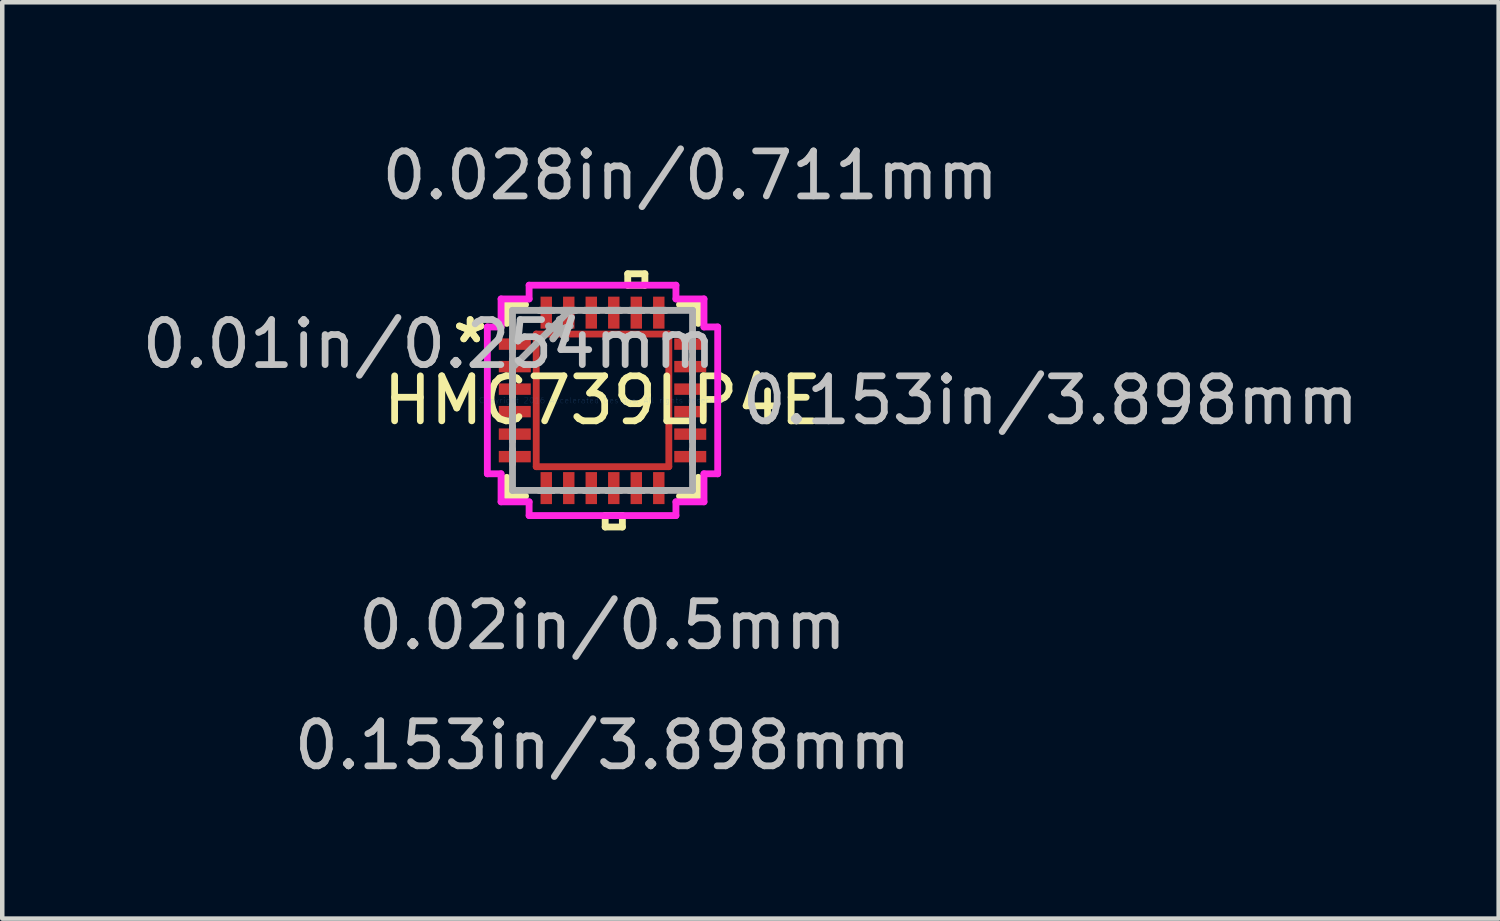
<source format=kicad_pcb>
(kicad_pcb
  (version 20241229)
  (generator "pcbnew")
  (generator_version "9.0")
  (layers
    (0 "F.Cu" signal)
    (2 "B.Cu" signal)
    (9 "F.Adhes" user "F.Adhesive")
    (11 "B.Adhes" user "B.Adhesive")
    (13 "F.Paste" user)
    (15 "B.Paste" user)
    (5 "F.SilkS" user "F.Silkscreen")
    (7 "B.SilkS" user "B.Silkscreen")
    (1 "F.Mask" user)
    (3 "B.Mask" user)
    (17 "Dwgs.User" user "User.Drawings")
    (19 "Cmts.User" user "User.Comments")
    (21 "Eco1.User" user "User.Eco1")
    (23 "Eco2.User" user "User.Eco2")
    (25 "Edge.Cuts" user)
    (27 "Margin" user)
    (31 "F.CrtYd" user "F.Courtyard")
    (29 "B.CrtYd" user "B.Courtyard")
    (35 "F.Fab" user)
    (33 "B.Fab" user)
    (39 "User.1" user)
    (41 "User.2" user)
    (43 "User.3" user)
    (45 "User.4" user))
  (footprint "HMC739LP4E"
    (layer "F.Cu")
    (at 10.336 5.845)
    (property "Reference" "HMC739LP4E" (at 0 0 0) (layer "F.SilkS") (effects (font (size 1 1) (thickness 0.15))))
    (attr through_hole)
    (fp_line (start -1.473 -1.473) (end 1.473 -1.473) (stroke (width 0.152) (type solid)) (layer "F.Cu"))
    (fp_line (start -1.473 1.473) (end -1.473 -1.473) (stroke (width 0.152) (type solid)) (layer "F.Cu"))
    (fp_line (start 1.473 -1.473) (end 1.473 1.473) (stroke (width 0.152) (type solid)) (layer "F.Cu"))
    (fp_line (start 1.473 1.473) (end -1.473 1.473) (stroke (width 0.152) (type solid)) (layer "F.Cu"))
    (fp_line (start -1.473 -1.473) (end 1.473 -1.473) (stroke (width 0.152) (type solid)) (layer "F.Mask"))
    (fp_line (start -1.473 1.473) (end -1.473 -1.473) (stroke (width 0.152) (type solid)) (layer "F.Mask"))
    (fp_line (start 1.473 -1.473) (end 1.473 1.473) (stroke (width 0.152) (type solid)) (layer "F.Mask"))
    (fp_line (start 1.473 1.473) (end -1.473 1.473) (stroke (width 0.152) (type solid)) (layer "F.Mask"))
    (fp_line (start -2.127 -2.127) (end -2.127 -1.71) (stroke (width 0.152) (type solid)) (layer "F.SilkS"))
    (fp_line (start -2.127 1.71) (end -2.127 2.127) (stroke (width 0.152) (type solid)) (layer "F.SilkS"))
    (fp_line (start -2.127 2.127) (end -1.71 2.127) (stroke (width 0.152) (type solid)) (layer "F.SilkS"))
    (fp_line (start -1.71 -2.127) (end -2.127 -2.127) (stroke (width 0.152) (type solid)) (layer "F.SilkS"))
    (fp_line (start 0.059 2.559) (end 0.059 2.813) (stroke (width 0.152) (type solid)) (layer "F.SilkS"))
    (fp_line (start 0.059 2.813) (end 0.441 2.813) (stroke (width 0.152) (type solid)) (layer "F.SilkS"))
    (fp_line (start 0.441 2.559) (end 0.059 2.559) (stroke (width 0.152) (type solid)) (layer "F.SilkS"))
    (fp_line (start 0.441 2.813) (end 0.441 2.559) (stroke (width 0.152) (type solid)) (layer "F.SilkS"))
    (fp_line (start 0.56 -2.813) (end 0.941 -2.813) (stroke (width 0.152) (type solid)) (layer "F.SilkS"))
    (fp_line (start 0.56 -2.559) (end 0.56 -2.813) (stroke (width 0.152) (type solid)) (layer "F.SilkS"))
    (fp_line (start 0.941 -2.813) (end 0.941 -2.559) (stroke (width 0.152) (type solid)) (layer "F.SilkS"))
    (fp_line (start 0.941 -2.559) (end 0.56 -2.559) (stroke (width 0.152) (type solid)) (layer "F.SilkS"))
    (fp_line (start 1.71 2.127) (end 2.127 2.127) (stroke (width 0.152) (type solid)) (layer "F.SilkS"))
    (fp_line (start 2.127 -2.127) (end 1.71 -2.127) (stroke (width 0.152) (type solid)) (layer "F.SilkS"))
    (fp_line (start 2.127 -1.71) (end 2.127 -2.127) (stroke (width 0.152) (type solid)) (layer "F.SilkS"))
    (fp_line (start 2.127 2.127) (end 2.127 1.71) (stroke (width 0.152) (type solid)) (layer "F.SilkS"))
    (fp_line (start -1.473 -1.473) (end 1.473 -1.473) (stroke (width 0.152) (type solid)) (layer "F.Paste"))
    (fp_line (start -1.473 1.473) (end -1.473 -1.473) (stroke (width 0.152) (type solid)) (layer "F.Paste"))
    (fp_line (start 1.473 -1.473) (end 1.473 1.473) (stroke (width 0.152) (type solid)) (layer "F.Paste"))
    (fp_line (start 1.473 1.473) (end -1.473 1.473) (stroke (width 0.152) (type solid)) (layer "F.Paste"))
    (fp_line (start -2.559 -1.631) (end -2.254 -1.631) (stroke (width 0.152) (type solid)) (layer "F.CrtYd"))
    (fp_line (start -2.559 1.631) (end -2.559 -1.631) (stroke (width 0.152) (type solid)) (layer "F.CrtYd"))
    (fp_line (start -2.254 -2.254) (end -1.631 -2.254) (stroke (width 0.152) (type solid)) (layer "F.CrtYd"))
    (fp_line (start -2.254 -1.631) (end -2.254 -2.254) (stroke (width 0.152) (type solid)) (layer "F.CrtYd"))
    (fp_line (start -2.254 1.631) (end -2.559 1.631) (stroke (width 0.152) (type solid)) (layer "F.CrtYd"))
    (fp_line (start -2.254 2.254) (end -2.254 1.631) (stroke (width 0.152) (type solid)) (layer "F.CrtYd"))
    (fp_line (start -1.631 -2.559) (end 1.631 -2.559) (stroke (width 0.152) (type solid)) (layer "F.CrtYd"))
    (fp_line (start -1.631 -2.254) (end -1.631 -2.559) (stroke (width 0.152) (type solid)) (layer "F.CrtYd"))
    (fp_line (start -1.631 2.254) (end -2.254 2.254) (stroke (width 0.152) (type solid)) (layer "F.CrtYd"))
    (fp_line (start -1.631 2.559) (end -1.631 2.254) (stroke (width 0.152) (type solid)) (layer "F.CrtYd"))
    (fp_line (start 1.631 -2.559) (end 1.631 -2.254) (stroke (width 0.152) (type solid)) (layer "F.CrtYd"))
    (fp_line (start 1.631 -2.254) (end 2.254 -2.254) (stroke (width 0.152) (type solid)) (layer "F.CrtYd"))
    (fp_line (start 1.631 2.254) (end 1.631 2.559) (stroke (width 0.152) (type solid)) (layer "F.CrtYd"))
    (fp_line (start 1.631 2.559) (end -1.631 2.559) (stroke (width 0.152) (type solid)) (layer "F.CrtYd"))
    (fp_line (start 2.254 -2.254) (end 2.254 -1.631) (stroke (width 0.152) (type solid)) (layer "F.CrtYd"))
    (fp_line (start 2.254 -1.631) (end 2.559 -1.631) (stroke (width 0.152) (type solid)) (layer "F.CrtYd"))
    (fp_line (start 2.254 1.631) (end 2.254 2.254) (stroke (width 0.152) (type solid)) (layer "F.CrtYd"))
    (fp_line (start 2.254 2.254) (end 1.631 2.254) (stroke (width 0.152) (type solid)) (layer "F.CrtYd"))
    (fp_line (start 2.559 -1.631) (end 2.559 1.631) (stroke (width 0.152) (type solid)) (layer "F.CrtYd"))
    (fp_line (start 2.559 1.631) (end 2.254 1.631) (stroke (width 0.152) (type solid)) (layer "F.CrtYd"))
    (fp_line (start -2 -2) (end -2 2) (stroke (width 0.152) (type solid)) (layer "F.Fab"))
    (fp_line (start -2 -1.402) (end -2 -1.402) (stroke (width 0.152) (type solid)) (layer "F.Fab"))
    (fp_line (start -2 -1.402) (end -2 -1.098) (stroke (width 0.152) (type solid)) (layer "F.Fab"))
    (fp_line (start -2 -1.098) (end -2 -1.402) (stroke (width 0.152) (type solid)) (layer "F.Fab"))
    (fp_line (start -2 -1.098) (end -2 -1.098) (stroke (width 0.152) (type solid)) (layer "F.Fab"))
    (fp_line (start -2 -0.902) (end -2 -0.902) (stroke (width 0.152) (type solid)) (layer "F.Fab"))
    (fp_line (start -2 -0.902) (end -2 -0.598) (stroke (width 0.152) (type solid)) (layer "F.Fab"))
    (fp_line (start -2 -0.73) (end -0.73 -2) (stroke (width 0.152) (type solid)) (layer "F.Fab"))
    (fp_line (start -2 -0.598) (end -2 -0.902) (stroke (width 0.152) (type solid)) (layer "F.Fab"))
    (fp_line (start -2 -0.598) (end -2 -0.598) (stroke (width 0.152) (type solid)) (layer "F.Fab"))
    (fp_line (start -2 -0.402) (end -2 -0.402) (stroke (width 0.152) (type solid)) (layer "F.Fab"))
    (fp_line (start -2 -0.402) (end -2 -0.098) (stroke (width 0.152) (type solid)) (layer "F.Fab"))
    (fp_line (start -2 -0.098) (end -2 -0.402) (stroke (width 0.152) (type solid)) (layer "F.Fab"))
    (fp_line (start -2 -0.098) (end -2 -0.098) (stroke (width 0.152) (type solid)) (layer "F.Fab"))
    (fp_line (start -2 0.098) (end -2 0.098) (stroke (width 0.152) (type solid)) (layer "F.Fab"))
    (fp_line (start -2 0.098) (end -2 0.402) (stroke (width 0.152) (type solid)) (layer "F.Fab"))
    (fp_line (start -2 0.402) (end -2 0.098) (stroke (width 0.152) (type solid)) (layer "F.Fab"))
    (fp_line (start -2 0.402) (end -2 0.402) (stroke (width 0.152) (type solid)) (layer "F.Fab"))
    (fp_line (start -2 0.598) (end -2 0.598) (stroke (width 0.152) (type solid)) (layer "F.Fab"))
    (fp_line (start -2 0.598) (end -2 0.902) (stroke (width 0.152) (type solid)) (layer "F.Fab"))
    (fp_line (start -2 0.902) (end -2 0.598) (stroke (width 0.152) (type solid)) (layer "F.Fab"))
    (fp_line (start -2 0.902) (end -2 0.902) (stroke (width 0.152) (type solid)) (layer "F.Fab"))
    (fp_line (start -2 1.098) (end -2 1.098) (stroke (width 0.152) (type solid)) (layer "F.Fab"))
    (fp_line (start -2 1.098) (end -2 1.402) (stroke (width 0.152) (type solid)) (layer "F.Fab"))
    (fp_line (start -2 1.402) (end -2 1.098) (stroke (width 0.152) (type solid)) (layer "F.Fab"))
    (fp_line (start -2 1.402) (end -2 1.402) (stroke (width 0.152) (type solid)) (layer "F.Fab"))
    (fp_line (start -2 2) (end 2 2) (stroke (width 0.152) (type solid)) (layer "F.Fab"))
    (fp_line (start -1.402 -2) (end -1.402 -2) (stroke (width 0.152) (type solid)) (layer "F.Fab"))
    (fp_line (start -1.402 -2) (end -1.098 -2) (stroke (width 0.152) (type solid)) (layer "F.Fab"))
    (fp_line (start -1.402 2) (end -1.402 2) (stroke (width 0.152) (type solid)) (layer "F.Fab"))
    (fp_line (start -1.402 2) (end -1.098 2) (stroke (width 0.152) (type solid)) (layer "F.Fab"))
    (fp_line (start -1.098 -2) (end -1.402 -2) (stroke (width 0.152) (type solid)) (layer "F.Fab"))
    (fp_line (start -1.098 -2) (end -1.098 -2) (stroke (width 0.152) (type solid)) (layer "F.Fab"))
    (fp_line (start -1.098 2) (end -1.402 2) (stroke (width 0.152) (type solid)) (layer "F.Fab"))
    (fp_line (start -1.098 2) (end -1.098 2) (stroke (width 0.152) (type solid)) (layer "F.Fab"))
    (fp_line (start -0.902 -2) (end -0.902 -2) (stroke (width 0.152) (type solid)) (layer "F.Fab"))
    (fp_line (start -0.902 -2) (end -0.598 -2) (stroke (width 0.152) (type solid)) (layer "F.Fab"))
    (fp_line (start -0.902 2) (end -0.902 2) (stroke (width 0.152) (type solid)) (layer "F.Fab"))
    (fp_line (start -0.902 2) (end -0.598 2) (stroke (width 0.152) (type solid)) (layer "F.Fab"))
    (fp_line (start -0.598 -2) (end -0.902 -2) (stroke (width 0.152) (type solid)) (layer "F.Fab"))
    (fp_line (start -0.598 -2) (end -0.598 -2) (stroke (width 0.152) (type solid)) (layer "F.Fab"))
    (fp_line (start -0.598 2) (end -0.902 2) (stroke (width 0.152) (type solid)) (layer "F.Fab"))
    (fp_line (start -0.598 2) (end -0.598 2) (stroke (width 0.152) (type solid)) (layer "F.Fab"))
    (fp_line (start -0.402 -2) (end -0.402 -2) (stroke (width 0.152) (type solid)) (layer "F.Fab"))
    (fp_line (start -0.402 -2) (end -0.098 -2) (stroke (width 0.152) (type solid)) (layer "F.Fab"))
    (fp_line (start -0.402 2) (end -0.402 2) (stroke (width 0.152) (type solid)) (layer "F.Fab"))
    (fp_line (start -0.402 2) (end -0.098 2) (stroke (width 0.152) (type solid)) (layer "F.Fab"))
    (fp_line (start -0.098 -2) (end -0.402 -2) (stroke (width 0.152) (type solid)) (layer "F.Fab"))
    (fp_line (start -0.098 -2) (end -0.098 -2) (stroke (width 0.152) (type solid)) (layer "F.Fab"))
    (fp_line (start -0.098 2) (end -0.402 2) (stroke (width 0.152) (type solid)) (layer "F.Fab"))
    (fp_line (start -0.098 2) (end -0.098 2) (stroke (width 0.152) (type solid)) (layer "F.Fab"))
    (fp_line (start 0.098 -2) (end 0.098 -2) (stroke (width 0.152) (type solid)) (layer "F.Fab"))
    (fp_line (start 0.098 -2) (end 0.402 -2) (stroke (width 0.152) (type solid)) (layer "F.Fab"))
    (fp_line (start 0.098 2) (end 0.098 2) (stroke (width 0.152) (type solid)) (layer "F.Fab"))
    (fp_line (start 0.098 2) (end 0.402 2) (stroke (width 0.152) (type solid)) (layer "F.Fab"))
    (fp_line (start 0.402 -2) (end 0.098 -2) (stroke (width 0.152) (type solid)) (layer "F.Fab"))
    (fp_line (start 0.402 -2) (end 0.402 -2) (stroke (width 0.152) (type solid)) (layer "F.Fab"))
    (fp_line (start 0.402 2) (end 0.098 2) (stroke (width 0.152) (type solid)) (layer "F.Fab"))
    (fp_line (start 0.402 2) (end 0.402 2) (stroke (width 0.152) (type solid)) (layer "F.Fab"))
    (fp_line (start 0.598 -2) (end 0.598 -2) (stroke (width 0.152) (type solid)) (layer "F.Fab"))
    (fp_line (start 0.598 -2) (end 0.902 -2) (stroke (width 0.152) (type solid)) (layer "F.Fab"))
    (fp_line (start 0.598 2) (end 0.598 2) (stroke (width 0.152) (type solid)) (layer "F.Fab"))
    (fp_line (start 0.598 2) (end 0.902 2) (stroke (width 0.152) (type solid)) (layer "F.Fab"))
    (fp_line (start 0.902 -2) (end 0.598 -2) (stroke (width 0.152) (type solid)) (layer "F.Fab"))
    (fp_line (start 0.902 -2) (end 0.902 -2) (stroke (width 0.152) (type solid)) (layer "F.Fab"))
    (fp_line (start 0.902 2) (end 0.598 2) (stroke (width 0.152) (type solid)) (layer "F.Fab"))
    (fp_line (start 0.902 2) (end 0.902 2) (stroke (width 0.152) (type solid)) (layer "F.Fab"))
    (fp_line (start 1.098 -2) (end 1.098 -2) (stroke (width 0.152) (type solid)) (layer "F.Fab"))
    (fp_line (start 1.098 -2) (end 1.402 -2) (stroke (width 0.152) (type solid)) (layer "F.Fab"))
    (fp_line (start 1.098 2) (end 1.098 2) (stroke (width 0.152) (type solid)) (layer "F.Fab"))
    (fp_line (start 1.098 2) (end 1.402 2) (stroke (width 0.152) (type solid)) (layer "F.Fab"))
    (fp_line (start 1.402 -2) (end 1.098 -2) (stroke (width 0.152) (type solid)) (layer "F.Fab"))
    (fp_line (start 1.402 -2) (end 1.402 -2) (stroke (width 0.152) (type solid)) (layer "F.Fab"))
    (fp_line (start 1.402 2) (end 1.098 2) (stroke (width 0.152) (type solid)) (layer "F.Fab"))
    (fp_line (start 1.402 2) (end 1.402 2) (stroke (width 0.152) (type solid)) (layer "F.Fab"))
    (fp_line (start 2 -2) (end -2 -2) (stroke (width 0.152) (type solid)) (layer "F.Fab"))
    (fp_line (start 2 -1.402) (end 2 -1.402) (stroke (width 0.152) (type solid)) (layer "F.Fab"))
    (fp_line (start 2 -1.402) (end 2 -1.098) (stroke (width 0.152) (type solid)) (layer "F.Fab"))
    (fp_line (start 2 -1.098) (end 2 -1.402) (stroke (width 0.152) (type solid)) (layer "F.Fab"))
    (fp_line (start 2 -1.098) (end 2 -1.098) (stroke (width 0.152) (type solid)) (layer "F.Fab"))
    (fp_line (start 2 -0.902) (end 2 -0.902) (stroke (width 0.152) (type solid)) (layer "F.Fab"))
    (fp_line (start 2 -0.902) (end 2 -0.598) (stroke (width 0.152) (type solid)) (layer "F.Fab"))
    (fp_line (start 2 -0.598) (end 2 -0.902) (stroke (width 0.152) (type solid)) (layer "F.Fab"))
    (fp_line (start 2 -0.598) (end 2 -0.598) (stroke (width 0.152) (type solid)) (layer "F.Fab"))
    (fp_line (start 2 -0.402) (end 2 -0.402) (stroke (width 0.152) (type solid)) (layer "F.Fab"))
    (fp_line (start 2 -0.402) (end 2 -0.098) (stroke (width 0.152) (type solid)) (layer "F.Fab"))
    (fp_line (start 2 -0.098) (end 2 -0.402) (stroke (width 0.152) (type solid)) (layer "F.Fab"))
    (fp_line (start 2 -0.098) (end 2 -0.098) (stroke (width 0.152) (type solid)) (layer "F.Fab"))
    (fp_line (start 2 0.098) (end 2 0.098) (stroke (width 0.152) (type solid)) (layer "F.Fab"))
    (fp_line (start 2 0.098) (end 2 0.402) (stroke (width 0.152) (type solid)) (layer "F.Fab"))
    (fp_line (start 2 0.402) (end 2 0.098) (stroke (width 0.152) (type solid)) (layer "F.Fab"))
    (fp_line (start 2 0.402) (end 2 0.402) (stroke (width 0.152) (type solid)) (layer "F.Fab"))
    (fp_line (start 2 0.598) (end 2 0.598) (stroke (width 0.152) (type solid)) (layer "F.Fab"))
    (fp_line (start 2 0.598) (end 2 0.902) (stroke (width 0.152) (type solid)) (layer "F.Fab"))
    (fp_line (start 2 0.902) (end 2 0.598) (stroke (width 0.152) (type solid)) (layer "F.Fab"))
    (fp_line (start 2 0.902) (end 2 0.902) (stroke (width 0.152) (type solid)) (layer "F.Fab"))
    (fp_line (start 2 1.098) (end 2 1.098) (stroke (width 0.152) (type solid)) (layer "F.Fab"))
    (fp_line (start 2 1.098) (end 2 1.402) (stroke (width 0.152) (type solid)) (layer "F.Fab"))
    (fp_line (start 2 1.402) (end 2 1.098) (stroke (width 0.152) (type solid)) (layer "F.Fab"))
    (fp_line (start 2 1.402) (end 2 1.402) (stroke (width 0.152) (type solid)) (layer "F.Fab"))
    (fp_line (start 2 2) (end 2 -2) (stroke (width 0.152) (type solid)) (layer "F.Fab"))
    (fp_text user "*" (at -2.94 -1.25 0) (layer "F.SilkS") (effects (font (size 1 1) (thickness 0.15))))
    (fp_text user "*" (at -2.94 -1.25 0) (layer "F.SilkS") (effects (font (size 1 1) (thickness 0.15))))
    (fp_text user "0.153in/3.898mm" (at 9.95 0 0) (layer "Dwgs.User") (effects (font (size 1 1) (thickness 0.15))))
    (fp_text user "0.02in/0.5mm" (at 0 4.997 0) (layer "Dwgs.User") (effects (font (size 1 1) (thickness 0.15))))
    (fp_text user "0.028in/0.711mm" (at 1.949 -4.997 0) (layer "Dwgs.User") (effects (font (size 1 1) (thickness 0.15))))
    (fp_text user "0.01in/0.254mm" (at -3.854 -1.25 0) (layer "Dwgs.User") (effects (font (size 1 1) (thickness 0.15))))
    (fp_text user "0.153in/3.898mm" (at 0 7.664 0) (layer "Dwgs.User") (effects (font (size 1 1) (thickness 0.15))))
    (fp_text user "Copyright 2016 Accelerated Designs. All rights reserved." (at 0 0 0) (layer "Cmts.User") (effects (font (size 0.127 0.127) (thickness 0.002))))
    (fp_text user "*" (at -0.959 -1.25 0) (layer "F.Fab") (effects (font (size 1 1) (thickness 0.15))))
    (fp_text user "*" (at -0.959 -1.25 0) (layer "F.Fab") (effects (font (size 1 1) (thickness 0.15))))
    (pad "1" smd rect (at -1.949 -1.25 90) (size 0.254 0.711) (layers "F.Cu" "F.Mask" "F.Paste"))
    (pad "2" smd rect (at -1.949 -0.75 90) (size 0.254 0.711) (layers "F.Cu" "F.Mask" "F.Paste"))
    (pad "3" smd rect (at -1.949 -0.25 90) (size 0.254 0.711) (layers "F.Cu" "F.Mask" "F.Paste"))
    (pad "4" smd rect (at -1.949 0.25 90) (size 0.254 0.711) (layers "F.Cu" "F.Mask" "F.Paste"))
    (pad "5" smd rect (at -1.949 0.75 90) (size 0.254 0.711) (layers "F.Cu" "F.Mask" "F.Paste"))
    (pad "6" smd rect (at -1.949 1.25 90) (size 0.254 0.711) (layers "F.Cu" "F.Mask" "F.Paste"))
    (pad "7" smd rect (at -1.25 1.949) (size 0.254 0.711) (layers "F.Cu" "F.Mask" "F.Paste"))
    (pad "8" smd rect (at -0.75 1.949) (size 0.254 0.711) (layers "F.Cu" "F.Mask" "F.Paste"))
    (pad "9" smd rect (at -0.25 1.949) (size 0.254 0.711) (layers "F.Cu" "F.Mask" "F.Paste"))
    (pad "10" smd rect (at 0.25 1.949) (size 0.254 0.711) (layers "F.Cu" "F.Mask" "F.Paste"))
    (pad "11" smd rect (at 0.75 1.949) (size 0.254 0.711) (layers "F.Cu" "F.Mask" "F.Paste"))
    (pad "12" smd rect (at 1.25 1.949) (size 0.254 0.711) (layers "F.Cu" "F.Mask" "F.Paste"))
    (pad "13" smd rect (at 1.949 1.25 90) (size 0.254 0.711) (layers "F.Cu" "F.Mask" "F.Paste"))
    (pad "14" smd rect (at 1.949 0.75 90) (size 0.254 0.711) (layers "F.Cu" "F.Mask" "F.Paste"))
    (pad "15" smd rect (at 1.949 0.25 90) (size 0.254 0.711) (layers "F.Cu" "F.Mask" "F.Paste"))
    (pad "16" smd rect (at 1.949 -0.25 90) (size 0.254 0.711) (layers "F.Cu" "F.Mask" "F.Paste"))
    (pad "17" smd rect (at 1.949 -0.75 90) (size 0.254 0.711) (layers "F.Cu" "F.Mask" "F.Paste"))
    (pad "18" smd rect (at 1.949 -1.25 90) (size 0.254 0.711) (layers "F.Cu" "F.Mask" "F.Paste"))
    (pad "19" smd rect (at 1.25 -1.949) (size 0.254 0.711) (layers "F.Cu" "F.Mask" "F.Paste"))
    (pad "20" smd rect (at 0.75 -1.949) (size 0.254 0.711) (layers "F.Cu" "F.Mask" "F.Paste"))
    (pad "21" smd rect (at 0.25 -1.949) (size 0.254 0.711) (layers "F.Cu" "F.Mask" "F.Paste"))
    (pad "22" smd rect (at -0.25 -1.949) (size 0.254 0.711) (layers "F.Cu" "F.Mask" "F.Paste"))
    (pad "23" smd rect (at -0.75 -1.949) (size 0.254 0.711) (layers "F.Cu" "F.Mask" "F.Paste"))
    (pad "24" smd rect (at -1.25 -1.949) (size 0.254 0.711) (layers "F.Cu" "F.Mask" "F.Paste")))
  (gr_rect
    (start -3 -3)
    (end 30.245 17.358)
    (stroke (width 0.1) (type default))
    (fill no)
    (layer "Edge.Cuts")))
</source>
